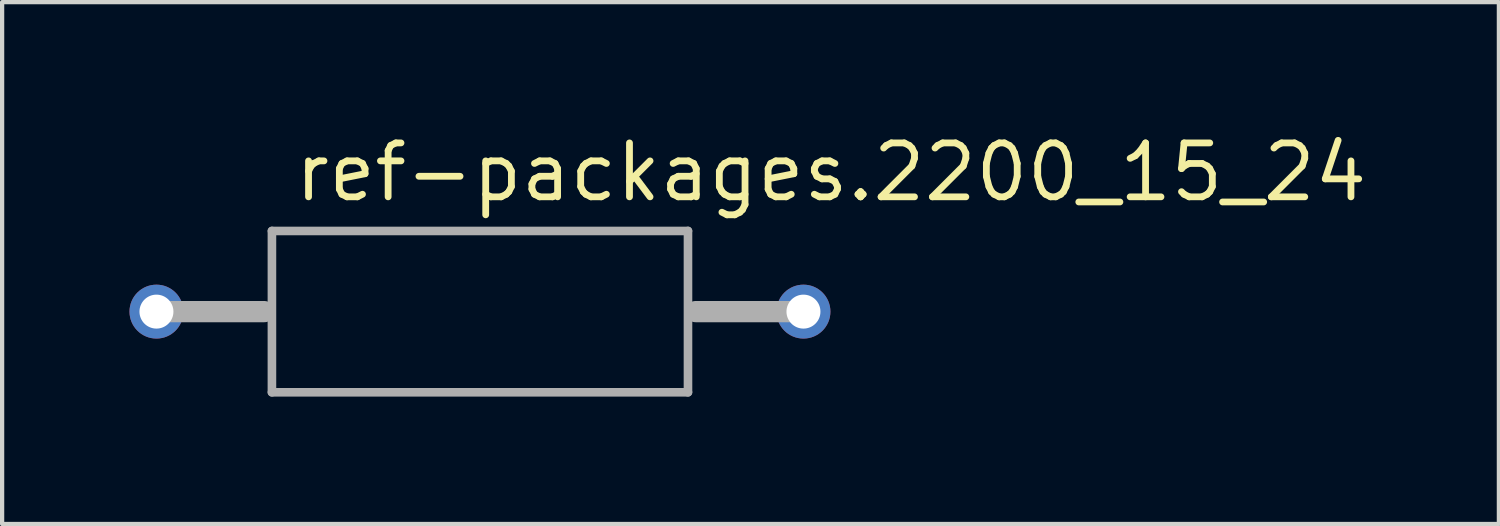
<source format=kicad_pcb>
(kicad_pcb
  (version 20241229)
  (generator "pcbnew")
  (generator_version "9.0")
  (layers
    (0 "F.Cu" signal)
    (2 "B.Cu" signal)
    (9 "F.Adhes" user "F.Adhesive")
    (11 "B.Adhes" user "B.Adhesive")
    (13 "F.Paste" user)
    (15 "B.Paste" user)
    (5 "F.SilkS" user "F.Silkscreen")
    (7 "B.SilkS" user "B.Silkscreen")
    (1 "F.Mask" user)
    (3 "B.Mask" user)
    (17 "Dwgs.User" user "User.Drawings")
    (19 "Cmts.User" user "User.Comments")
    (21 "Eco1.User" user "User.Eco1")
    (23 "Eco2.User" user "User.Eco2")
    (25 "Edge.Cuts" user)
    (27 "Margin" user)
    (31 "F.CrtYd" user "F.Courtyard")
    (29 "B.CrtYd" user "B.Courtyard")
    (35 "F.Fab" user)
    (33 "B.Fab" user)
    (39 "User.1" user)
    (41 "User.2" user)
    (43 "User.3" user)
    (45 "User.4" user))
  (footprint "ref-packages.2200_15_24"
    (layer "F.Cu")
    (at 8.255 4.29)
    (property "Reference" "ref-packages.2200_15_24" (at -4.445 -2.54 0) (layer "F.SilkS") (effects (font (size 1.27 1.27) (thickness 0.16)) (justify left bottom)))
    (attr through_hole)
    (fp_line (start -7.62 0) (end -5.08 0) (stroke (width 0.5) (type default)) (layer "F.Fab"))
    (fp_line (start -4.9 -1.9) (end 4.9 -1.9) (stroke (width 0.203) (type default)) (layer "F.Fab"))
    (fp_line (start -4.9 1.9) (end -4.9 -1.9) (stroke (width 0.203) (type default)) (layer "F.Fab"))
    (fp_line (start 4.9 -1.9) (end 4.9 1.9) (stroke (width 0.203) (type default)) (layer "F.Fab"))
    (fp_line (start 4.9 1.9) (end -4.9 1.9) (stroke (width 0.203) (type default)) (layer "F.Fab"))
    (fp_line (start 7.62 0) (end 5.08 0) (stroke (width 0.5) (type default)) (layer "F.Fab"))
    (pad "1" thru_hole circle (at -7.62 0) (size 1.27 1.27) (drill 0.8) (layers "*.Cu" "*.Mask"))
    (pad "2" thru_hole circle (at 7.62 0) (size 1.27 1.27) (drill 0.8) (layers "*.Cu" "*.Mask")))
  (gr_rect
    (start -3 -3)
    (end 32.255 9.292)
    (stroke (width 0.1) (type default))
    (fill no)
    (layer "Edge.Cuts")))
</source>
